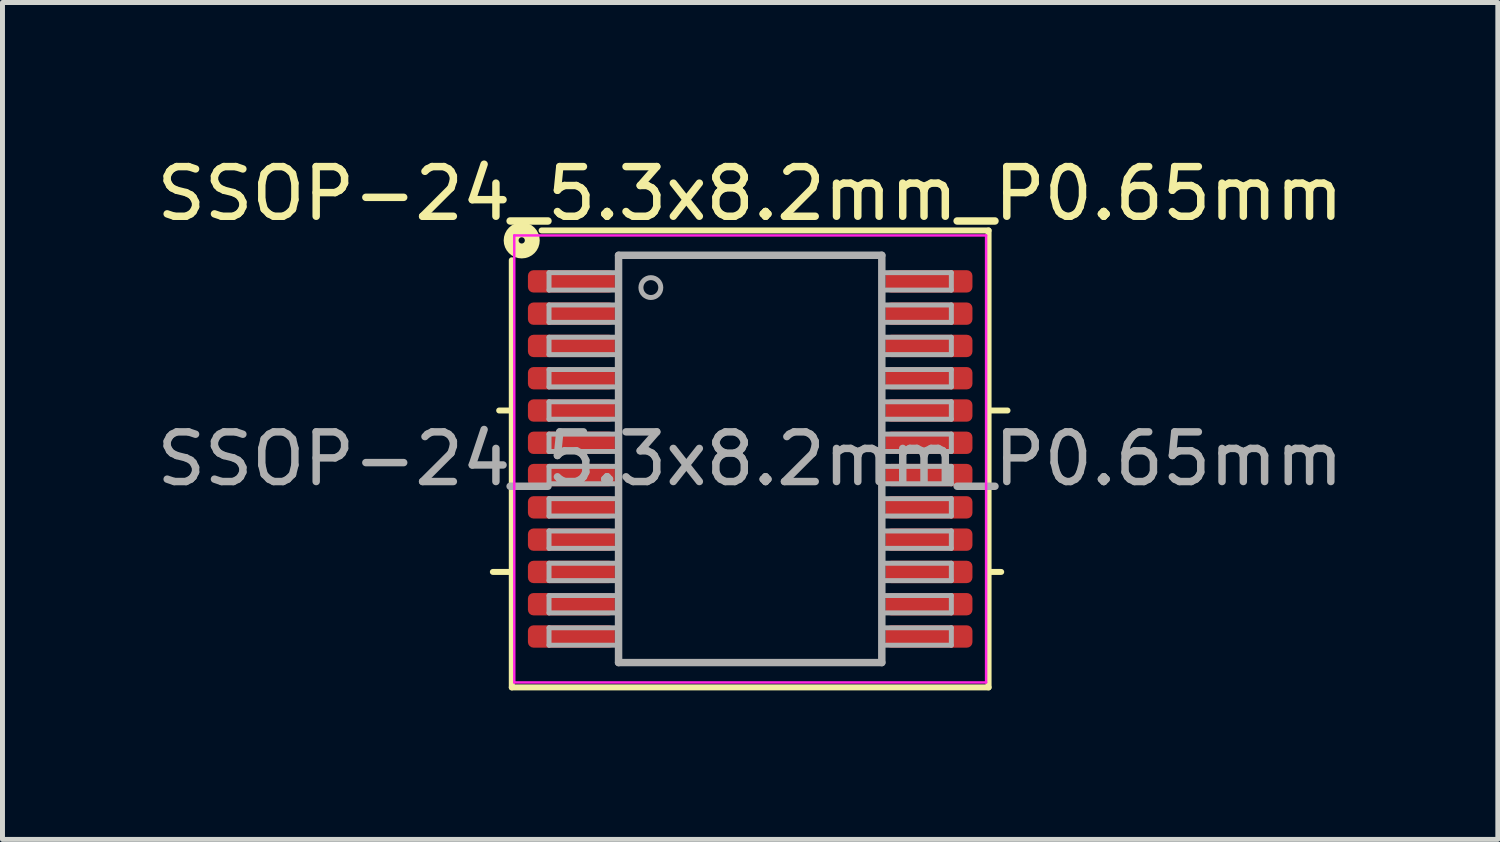
<source format=kicad_pcb>
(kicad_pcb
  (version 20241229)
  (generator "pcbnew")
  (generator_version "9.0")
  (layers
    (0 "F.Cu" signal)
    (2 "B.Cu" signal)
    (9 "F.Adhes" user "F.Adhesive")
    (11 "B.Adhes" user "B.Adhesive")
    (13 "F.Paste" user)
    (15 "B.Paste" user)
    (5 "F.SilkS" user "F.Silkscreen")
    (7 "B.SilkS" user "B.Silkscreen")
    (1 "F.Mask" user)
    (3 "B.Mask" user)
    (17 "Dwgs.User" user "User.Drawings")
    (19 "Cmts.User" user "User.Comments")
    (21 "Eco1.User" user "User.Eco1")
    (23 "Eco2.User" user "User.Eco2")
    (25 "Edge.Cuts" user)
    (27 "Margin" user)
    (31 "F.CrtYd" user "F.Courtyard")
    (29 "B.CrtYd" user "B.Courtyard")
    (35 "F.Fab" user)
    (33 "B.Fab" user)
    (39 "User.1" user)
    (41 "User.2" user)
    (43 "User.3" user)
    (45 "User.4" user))
  (footprint "SSOP-24_5.3x8.2mm_P0.65mm"
    (layer "F.Cu")
    (at 12.054 6.19)
    (property "Reference" "SSOP-24_5.3x8.2mm_P0.65mm" (at 0 -5.341 0) (layer "F.SilkS") (effects (font (size 1 1) (thickness 0.15))))
    (attr smd)
    (fp_line (start -5.181 2.275) (end -4.8 2.275) (stroke (width 0.12) (type solid)) (layer "F.SilkS"))
    (fp_line (start -5.054 -0.975) (end -4.8 -0.975) (stroke (width 0.12) (type solid)) (layer "F.SilkS"))
    (fp_line (start -4.8 -4) (end -4.8 4.6) (stroke (width 0.12) (type solid)) (layer "F.SilkS"))
    (fp_line (start -4.8 4.6) (end 4.8 4.6) (stroke (width 0.12) (type solid)) (layer "F.SilkS"))
    (fp_line (start 4.8 -4.6) (end -4.2 -4.6) (stroke (width 0.12) (type solid)) (layer "F.SilkS"))
    (fp_line (start 4.8 -0.975) (end 5.181 -0.975) (stroke (width 0.12) (type solid)) (layer "F.SilkS"))
    (fp_line (start 4.8 2.275) (end 5.054 2.275) (stroke (width 0.12) (type solid)) (layer "F.SilkS"))
    (fp_line (start 4.8 4.6) (end 4.8 -4.6) (stroke (width 0.12) (type solid)) (layer "F.SilkS"))
    (fp_circle (center -4.6 -4.4) (end -4.537 -4.4) (stroke (width 0.3) (type solid)) (fill no) (layer "F.SilkS"))
    (fp_line (start -4.75 -4.5) (end -4.75 4.5) (stroke (width 0.05) (type solid)) (layer "F.CrtYd"))
    (fp_line (start -4.75 -4.5) (end 4.75 -4.5) (stroke (width 0.05) (type solid)) (layer "F.CrtYd"))
    (fp_line (start -4.75 4.5) (end 4.75 4.5) (stroke (width 0.05) (type solid)) (layer "F.CrtYd"))
    (fp_line (start 4.75 -4.5) (end 4.75 4.5) (stroke (width 0.05) (type solid)) (layer "F.CrtYd"))
    (fp_line (start -4.05 -3.75) (end -4.05 -3.4) (stroke (width 0.1) (type solid)) (layer "F.Fab"))
    (fp_line (start -4.05 -3.75) (end -2.65 -3.75) (stroke (width 0.1) (type solid)) (layer "F.Fab"))
    (fp_line (start -4.05 -3.4) (end -2.65 -3.4) (stroke (width 0.1) (type solid)) (layer "F.Fab"))
    (fp_line (start -4.05 -3.1) (end -4.05 -2.75) (stroke (width 0.1) (type solid)) (layer "F.Fab"))
    (fp_line (start -4.05 -3.1) (end -2.65 -3.1) (stroke (width 0.1) (type solid)) (layer "F.Fab"))
    (fp_line (start -4.05 -2.75) (end -2.65 -2.75) (stroke (width 0.1) (type solid)) (layer "F.Fab"))
    (fp_line (start -4.05 -2.45) (end -4.05 -2.1) (stroke (width 0.1) (type solid)) (layer "F.Fab"))
    (fp_line (start -4.05 -2.45) (end -2.65 -2.45) (stroke (width 0.1) (type solid)) (layer "F.Fab"))
    (fp_line (start -4.05 -2.1) (end -2.65 -2.1) (stroke (width 0.1) (type solid)) (layer "F.Fab"))
    (fp_line (start -4.05 -1.8) (end -4.05 -1.45) (stroke (width 0.1) (type solid)) (layer "F.Fab"))
    (fp_line (start -4.05 -1.8) (end -2.65 -1.8) (stroke (width 0.1) (type solid)) (layer "F.Fab"))
    (fp_line (start -4.05 -1.45) (end -2.65 -1.45) (stroke (width 0.1) (type solid)) (layer "F.Fab"))
    (fp_line (start -4.05 -1.15) (end -4.05 -0.8) (stroke (width 0.1) (type solid)) (layer "F.Fab"))
    (fp_line (start -4.05 -1.15) (end -2.65 -1.15) (stroke (width 0.1) (type solid)) (layer "F.Fab"))
    (fp_line (start -4.05 -0.8) (end -2.65 -0.8) (stroke (width 0.1) (type solid)) (layer "F.Fab"))
    (fp_line (start -4.05 -0.5) (end -4.05 -0.15) (stroke (width 0.1) (type solid)) (layer "F.Fab"))
    (fp_line (start -4.05 -0.5) (end -2.65 -0.5) (stroke (width 0.1) (type solid)) (layer "F.Fab"))
    (fp_line (start -4.05 -0.15) (end -2.65 -0.15) (stroke (width 0.1) (type solid)) (layer "F.Fab"))
    (fp_line (start -4.05 0.15) (end -4.05 0.5) (stroke (width 0.1) (type solid)) (layer "F.Fab"))
    (fp_line (start -4.05 0.15) (end -2.65 0.15) (stroke (width 0.1) (type solid)) (layer "F.Fab"))
    (fp_line (start -4.05 0.5) (end -2.65 0.5) (stroke (width 0.1) (type solid)) (layer "F.Fab"))
    (fp_line (start -4.05 0.8) (end -4.05 1.15) (stroke (width 0.1) (type solid)) (layer "F.Fab"))
    (fp_line (start -4.05 0.8) (end -2.65 0.8) (stroke (width 0.1) (type solid)) (layer "F.Fab"))
    (fp_line (start -4.05 1.15) (end -2.65 1.15) (stroke (width 0.1) (type solid)) (layer "F.Fab"))
    (fp_line (start -4.05 1.45) (end -4.05 1.8) (stroke (width 0.1) (type solid)) (layer "F.Fab"))
    (fp_line (start -4.05 1.45) (end -2.65 1.45) (stroke (width 0.1) (type solid)) (layer "F.Fab"))
    (fp_line (start -4.05 1.8) (end -2.65 1.8) (stroke (width 0.1) (type solid)) (layer "F.Fab"))
    (fp_line (start -4.05 2.1) (end -4.05 2.45) (stroke (width 0.1) (type solid)) (layer "F.Fab"))
    (fp_line (start -4.05 2.1) (end -2.65 2.1) (stroke (width 0.1) (type solid)) (layer "F.Fab"))
    (fp_line (start -4.05 2.45) (end -2.65 2.45) (stroke (width 0.1) (type solid)) (layer "F.Fab"))
    (fp_line (start -4.05 2.75) (end -4.05 3.1) (stroke (width 0.1) (type solid)) (layer "F.Fab"))
    (fp_line (start -4.05 2.75) (end -2.65 2.75) (stroke (width 0.1) (type solid)) (layer "F.Fab"))
    (fp_line (start -4.05 3.1) (end -2.65 3.1) (stroke (width 0.1) (type solid)) (layer "F.Fab"))
    (fp_line (start -4.05 3.4) (end -4.05 3.75) (stroke (width 0.1) (type solid)) (layer "F.Fab"))
    (fp_line (start -4.05 3.4) (end -2.65 3.4) (stroke (width 0.1) (type solid)) (layer "F.Fab"))
    (fp_line (start -4.05 3.75) (end -2.65 3.75) (stroke (width 0.1) (type solid)) (layer "F.Fab"))
    (fp_line (start -2.65 -4.1) (end 2.65 -4.1) (stroke (width 0.15) (type solid)) (layer "F.Fab"))
    (fp_line (start -2.65 4.1) (end -2.65 -4.1) (stroke (width 0.15) (type solid)) (layer "F.Fab"))
    (fp_line (start 2.65 -4.1) (end 2.65 4.1) (stroke (width 0.15) (type solid)) (layer "F.Fab"))
    (fp_line (start 2.65 4.1) (end -2.65 4.1) (stroke (width 0.15) (type solid)) (layer "F.Fab"))
    (fp_line (start 4.05 -3.75) (end 2.65 -3.75) (stroke (width 0.1) (type solid)) (layer "F.Fab"))
    (fp_line (start 4.05 -3.4) (end 2.65 -3.4) (stroke (width 0.1) (type solid)) (layer "F.Fab"))
    (fp_line (start 4.05 -3.4) (end 4.05 -3.75) (stroke (width 0.1) (type solid)) (layer "F.Fab"))
    (fp_line (start 4.05 -3.1) (end 2.65 -3.1) (stroke (width 0.1) (type solid)) (layer "F.Fab"))
    (fp_line (start 4.05 -2.75) (end 2.65 -2.75) (stroke (width 0.1) (type solid)) (layer "F.Fab"))
    (fp_line (start 4.05 -2.75) (end 4.05 -3.1) (stroke (width 0.1) (type solid)) (layer "F.Fab"))
    (fp_line (start 4.05 -2.45) (end 2.65 -2.45) (stroke (width 0.1) (type solid)) (layer "F.Fab"))
    (fp_line (start 4.05 -2.1) (end 2.65 -2.1) (stroke (width 0.1) (type solid)) (layer "F.Fab"))
    (fp_line (start 4.05 -2.1) (end 4.05 -2.45) (stroke (width 0.1) (type solid)) (layer "F.Fab"))
    (fp_line (start 4.05 -1.8) (end 2.65 -1.8) (stroke (width 0.1) (type solid)) (layer "F.Fab"))
    (fp_line (start 4.05 -1.45) (end 2.65 -1.45) (stroke (width 0.1) (type solid)) (layer "F.Fab"))
    (fp_line (start 4.05 -1.45) (end 4.05 -1.8) (stroke (width 0.1) (type solid)) (layer "F.Fab"))
    (fp_line (start 4.05 -1.15) (end 2.65 -1.15) (stroke (width 0.1) (type solid)) (layer "F.Fab"))
    (fp_line (start 4.05 -0.8) (end 2.65 -0.8) (stroke (width 0.1) (type solid)) (layer "F.Fab"))
    (fp_line (start 4.05 -0.8) (end 4.05 -1.15) (stroke (width 0.1) (type solid)) (layer "F.Fab"))
    (fp_line (start 4.05 -0.5) (end 2.65 -0.5) (stroke (width 0.1) (type solid)) (layer "F.Fab"))
    (fp_line (start 4.05 -0.15) (end 2.65 -0.15) (stroke (width 0.1) (type solid)) (layer "F.Fab"))
    (fp_line (start 4.05 -0.15) (end 4.05 -0.5) (stroke (width 0.1) (type solid)) (layer "F.Fab"))
    (fp_line (start 4.05 0.15) (end 2.65 0.15) (stroke (width 0.1) (type solid)) (layer "F.Fab"))
    (fp_line (start 4.05 0.5) (end 2.65 0.5) (stroke (width 0.1) (type solid)) (layer "F.Fab"))
    (fp_line (start 4.05 0.5) (end 4.05 0.15) (stroke (width 0.1) (type solid)) (layer "F.Fab"))
    (fp_line (start 4.05 0.8) (end 2.65 0.8) (stroke (width 0.1) (type solid)) (layer "F.Fab"))
    (fp_line (start 4.05 1.15) (end 2.65 1.15) (stroke (width 0.1) (type solid)) (layer "F.Fab"))
    (fp_line (start 4.05 1.15) (end 4.05 0.8) (stroke (width 0.1) (type solid)) (layer "F.Fab"))
    (fp_line (start 4.05 1.45) (end 2.65 1.45) (stroke (width 0.1) (type solid)) (layer "F.Fab"))
    (fp_line (start 4.05 1.8) (end 2.65 1.8) (stroke (width 0.1) (type solid)) (layer "F.Fab"))
    (fp_line (start 4.05 1.8) (end 4.05 1.45) (stroke (width 0.1) (type solid)) (layer "F.Fab"))
    (fp_line (start 4.05 2.1) (end 2.65 2.1) (stroke (width 0.1) (type solid)) (layer "F.Fab"))
    (fp_line (start 4.05 2.45) (end 2.65 2.45) (stroke (width 0.1) (type solid)) (layer "F.Fab"))
    (fp_line (start 4.05 2.45) (end 4.05 2.1) (stroke (width 0.1) (type solid)) (layer "F.Fab"))
    (fp_line (start 4.05 2.75) (end 2.65 2.75) (stroke (width 0.1) (type solid)) (layer "F.Fab"))
    (fp_line (start 4.05 3.1) (end 2.65 3.1) (stroke (width 0.1) (type solid)) (layer "F.Fab"))
    (fp_line (start 4.05 3.1) (end 4.05 2.75) (stroke (width 0.1) (type solid)) (layer "F.Fab"))
    (fp_line (start 4.05 3.4) (end 2.65 3.4) (stroke (width 0.1) (type solid)) (layer "F.Fab"))
    (fp_line (start 4.05 3.75) (end 2.65 3.75) (stroke (width 0.1) (type solid)) (layer "F.Fab"))
    (fp_line (start 4.05 3.75) (end 4.05 3.4) (stroke (width 0.1) (type solid)) (layer "F.Fab"))
    (fp_circle (center -2 -3.45) (end -1.8 -3.45) (stroke (width 0.1) (type solid)) (fill no) (layer "F.Fab"))
    (fp_text user "${REFERENCE}" (at 0 0 0) (layer "F.Fab") (effects (font (size 1 1) (thickness 0.15))))
    (pad "1" smd roundrect (at -3.6 -3.575) (size 1.75 0.45) (layers "F.Cu" "F.Mask" "F.Paste") (roundrect_rratio 0.25))
    (pad "2" smd roundrect (at -3.6 -2.925) (size 1.75 0.45) (layers "F.Cu" "F.Mask" "F.Paste") (roundrect_rratio 0.25))
    (pad "3" smd roundrect (at -3.6 -2.275) (size 1.75 0.45) (layers "F.Cu" "F.Mask" "F.Paste") (roundrect_rratio 0.25))
    (pad "4" smd roundrect (at -3.6 -1.625) (size 1.75 0.45) (layers "F.Cu" "F.Mask" "F.Paste") (roundrect_rratio 0.25))
    (pad "5" smd roundrect (at -3.6 -0.975) (size 1.75 0.45) (layers "F.Cu" "F.Mask" "F.Paste") (roundrect_rratio 0.25))
    (pad "6" smd roundrect (at -3.6 -0.325) (size 1.75 0.45) (layers "F.Cu" "F.Mask" "F.Paste") (roundrect_rratio 0.25))
    (pad "7" smd roundrect (at -3.6 0.325) (size 1.75 0.45) (layers "F.Cu" "F.Mask" "F.Paste") (roundrect_rratio 0.25))
    (pad "8" smd roundrect (at -3.6 0.975) (size 1.75 0.45) (layers "F.Cu" "F.Mask" "F.Paste") (roundrect_rratio 0.25))
    (pad "9" smd roundrect (at -3.6 1.625) (size 1.75 0.45) (layers "F.Cu" "F.Mask" "F.Paste") (roundrect_rratio 0.25))
    (pad "10" smd roundrect (at -3.6 2.275) (size 1.75 0.45) (layers "F.Cu" "F.Mask" "F.Paste") (roundrect_rratio 0.25))
    (pad "11" smd roundrect (at -3.6 2.925) (size 1.75 0.45) (layers "F.Cu" "F.Mask" "F.Paste") (roundrect_rratio 0.25))
    (pad "12" smd roundrect (at -3.6 3.575) (size 1.75 0.45) (layers "F.Cu" "F.Mask" "F.Paste") (roundrect_rratio 0.25))
    (pad "13" smd roundrect (at 3.6 3.575) (size 1.75 0.45) (layers "F.Cu" "F.Mask" "F.Paste") (roundrect_rratio 0.25))
    (pad "14" smd roundrect (at 3.6 2.925) (size 1.75 0.45) (layers "F.Cu" "F.Mask" "F.Paste") (roundrect_rratio 0.25))
    (pad "15" smd roundrect (at 3.6 2.275) (size 1.75 0.45) (layers "F.Cu" "F.Mask" "F.Paste") (roundrect_rratio 0.25))
    (pad "16" smd roundrect (at 3.6 1.625) (size 1.75 0.45) (layers "F.Cu" "F.Mask" "F.Paste") (roundrect_rratio 0.25))
    (pad "17" smd roundrect (at 3.6 0.975) (size 1.75 0.45) (layers "F.Cu" "F.Mask" "F.Paste") (roundrect_rratio 0.25))
    (pad "18" smd roundrect (at 3.6 0.325) (size 1.75 0.45) (layers "F.Cu" "F.Mask" "F.Paste") (roundrect_rratio 0.25))
    (pad "19" smd roundrect (at 3.6 -0.325) (size 1.75 0.45) (layers "F.Cu" "F.Mask" "F.Paste") (roundrect_rratio 0.25))
    (pad "20" smd roundrect (at 3.6 -0.975) (size 1.75 0.45) (layers "F.Cu" "F.Mask" "F.Paste") (roundrect_rratio 0.25))
    (pad "21" smd roundrect (at 3.6 -1.625) (size 1.75 0.45) (layers "F.Cu" "F.Mask" "F.Paste") (roundrect_rratio 0.25))
    (pad "22" smd roundrect (at 3.6 -2.275) (size 1.75 0.45) (layers "F.Cu" "F.Mask" "F.Paste") (roundrect_rratio 0.25))
    (pad "23" smd roundrect (at 3.6 -2.925) (size 1.75 0.45) (layers "F.Cu" "F.Mask" "F.Paste") (roundrect_rratio 0.25))
    (pad "24" smd roundrect (at 3.6 -3.575) (size 1.75 0.45) (layers "F.Cu" "F.Mask" "F.Paste") (roundrect_rratio 0.25)))
  (gr_rect
    (start -3 -3)
    (end 27.107 13.85)
    (stroke (width 0.1) (type default))
    (fill no)
    (layer "Edge.Cuts")))
</source>
